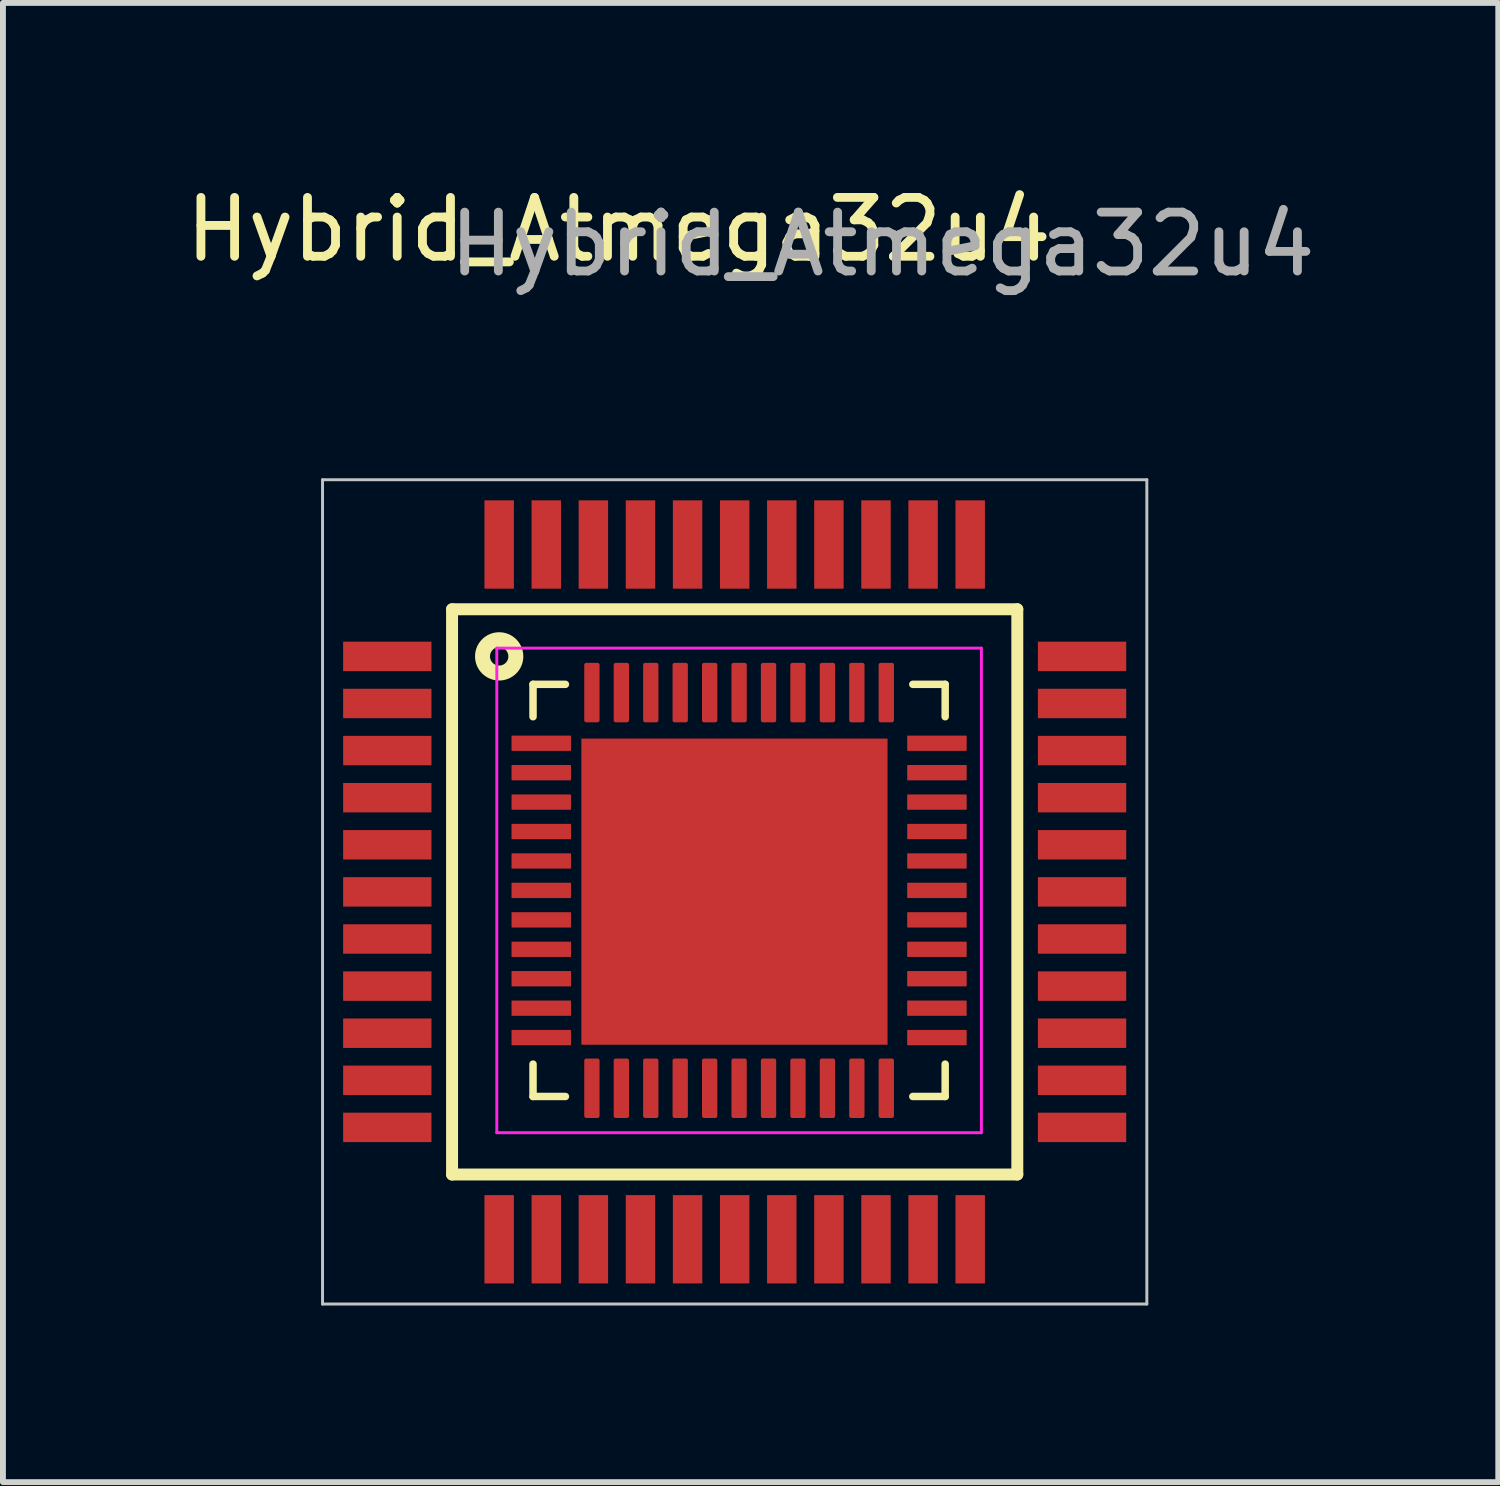
<source format=kicad_pcb>
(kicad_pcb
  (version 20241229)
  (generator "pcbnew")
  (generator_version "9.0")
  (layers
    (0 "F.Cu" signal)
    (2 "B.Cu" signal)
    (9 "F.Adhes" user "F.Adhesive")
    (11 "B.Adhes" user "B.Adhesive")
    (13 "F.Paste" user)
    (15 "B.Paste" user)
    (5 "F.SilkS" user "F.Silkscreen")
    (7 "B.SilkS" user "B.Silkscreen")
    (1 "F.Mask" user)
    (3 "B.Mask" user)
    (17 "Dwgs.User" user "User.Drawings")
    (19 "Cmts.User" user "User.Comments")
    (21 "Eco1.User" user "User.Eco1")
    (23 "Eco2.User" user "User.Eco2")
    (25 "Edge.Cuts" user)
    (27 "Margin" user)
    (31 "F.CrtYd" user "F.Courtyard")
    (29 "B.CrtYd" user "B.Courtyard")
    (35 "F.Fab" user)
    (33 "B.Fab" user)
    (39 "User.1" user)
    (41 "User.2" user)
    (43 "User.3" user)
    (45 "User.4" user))
  (footprint "Hybrid_Atmega32u4"
    (layer "F.Cu")
    (at 9.678 11.078)
    (property "Reference" "Hybrid_Atmega32u4" (at -2.22 -10.23 0) (unlocked yes) (layer "F.SilkS") (effects (font (size 1 1) (thickness 0.15))))
    (attr smd)
    (fp_line (start -5.05 -3.78) (end 4.55 -3.78) (stroke (width 0.203) (type solid)) (layer "F.SilkS"))
    (fp_line (start -5.05 5.82) (end -5.05 -3.78) (stroke (width 0.203) (type solid)) (layer "F.SilkS"))
    (fp_line (start -3.675 -2.505) (end -3.675 -1.955) (stroke (width 0.127) (type solid)) (layer "F.SilkS"))
    (fp_line (start -3.675 -2.505) (end -3.125 -2.505) (stroke (width 0.127) (type solid)) (layer "F.SilkS"))
    (fp_line (start -3.675 4.495) (end -3.675 3.945) (stroke (width 0.127) (type solid)) (layer "F.SilkS"))
    (fp_line (start -3.675 4.495) (end -3.125 4.495) (stroke (width 0.127) (type solid)) (layer "F.SilkS"))
    (fp_line (start 3.325 -2.505) (end 2.775 -2.505) (stroke (width 0.127) (type solid)) (layer "F.SilkS"))
    (fp_line (start 3.325 -2.505) (end 3.325 -1.955) (stroke (width 0.127) (type solid)) (layer "F.SilkS"))
    (fp_line (start 3.325 4.495) (end 2.775 4.495) (stroke (width 0.127) (type solid)) (layer "F.SilkS"))
    (fp_line (start 3.325 4.495) (end 3.325 3.945) (stroke (width 0.127) (type solid)) (layer "F.SilkS"))
    (fp_line (start 4.55 -3.78) (end 4.55 5.82) (stroke (width 0.203) (type solid)) (layer "F.SilkS"))
    (fp_line (start 4.55 5.82) (end -5.05 5.82) (stroke (width 0.203) (type solid)) (layer "F.SilkS"))
    (fp_circle (center -4.25 -2.98) (end -3.967 -2.98) (stroke (width 0.254) (type solid)) (fill no) (layer "F.SilkS"))
    (fp_poly (pts (xy -2.295 -1.125) (xy -0.655 -1.125) (xy -0.655 0.515) (xy -2.295 0.515)) (stroke (width 0.01) (type solid)) (fill yes) (layer "F.Paste"))
    (fp_poly (pts (xy -2.295 1.475) (xy -0.655 1.475) (xy -0.655 3.115) (xy -2.295 3.115)) (stroke (width 0.01) (type solid)) (fill yes) (layer "F.Paste"))
    (fp_poly (pts (xy 0.305 -1.125) (xy 1.945 -1.125) (xy 1.945 0.515) (xy 0.305 0.515)) (stroke (width 0.01) (type solid)) (fill yes) (layer "F.Paste"))
    (fp_poly (pts (xy 0.305 1.475) (xy 1.945 1.475) (xy 1.945 3.115) (xy 0.305 3.115)) (stroke (width 0.01) (type solid)) (fill yes) (layer "F.Paste"))
    (fp_line (start -7.25 -5.98) (end 6.75 -5.98) (stroke (width 0.05) (type solid)) (layer "Dwgs.User"))
    (fp_line (start -7.25 8.02) (end -7.25 -5.98) (stroke (width 0.05) (type solid)) (layer "Dwgs.User"))
    (fp_line (start 6.75 -5.98) (end 6.75 8.02) (stroke (width 0.05) (type solid)) (layer "Dwgs.User"))
    (fp_line (start 6.75 8.02) (end -7.25 8.02) (stroke (width 0.05) (type solid)) (layer "Dwgs.User"))
    (fp_line (start -4.29 -3.12) (end 3.94 -3.12) (stroke (width 0.05) (type solid)) (layer "F.CrtYd"))
    (fp_line (start -4.29 5.11) (end -4.29 -3.12) (stroke (width 0.05) (type solid)) (layer "F.CrtYd"))
    (fp_line (start -4.29 5.11) (end 3.94 5.11) (stroke (width 0.05) (type solid)) (layer "F.CrtYd"))
    (fp_line (start 3.94 5.11) (end 3.94 -3.12) (stroke (width 0.05) (type solid)) (layer "F.CrtYd"))
    (fp_text user "${REFERENCE}" (at 2.26 -9.98 0) (unlocked yes) (layer "F.Fab") (effects (font (size 1 1) (thickness 0.15))))
    (pad "1" smd rect (at -6.15 -2.98) (size 1.5 0.5) (layers "F.Cu" "F.Mask" "F.Paste"))
    (pad "1" smd roundrect (at -3.535 -1.505) (size 1.01 0.26) (layers "F.Cu" "F.Mask" "F.Paste") (roundrect_rratio 0.03))
    (pad "2" smd rect (at -6.15 -2.18) (size 1.5 0.5) (layers "F.Cu" "F.Mask" "F.Paste"))
    (pad "2" smd roundrect (at -3.535 -1.005) (size 1.01 0.26) (layers "F.Cu" "F.Mask" "F.Paste") (roundrect_rratio 0.03))
    (pad "3" smd rect (at -6.15 -1.38) (size 1.5 0.5) (layers "F.Cu" "F.Mask" "F.Paste"))
    (pad "3" smd roundrect (at -3.535 -0.505) (size 1.01 0.26) (layers "F.Cu" "F.Mask" "F.Paste") (roundrect_rratio 0.03))
    (pad "4" smd rect (at -6.15 -0.58) (size 1.5 0.5) (layers "F.Cu" "F.Mask" "F.Paste"))
    (pad "4" smd roundrect (at -3.535 -0.005) (size 1.01 0.26) (layers "F.Cu" "F.Mask" "F.Paste") (roundrect_rratio 0.03))
    (pad "5" smd rect (at -6.15 0.22) (size 1.5 0.5) (layers "F.Cu" "F.Mask" "F.Paste"))
    (pad "5" smd roundrect (at -3.535 0.495) (size 1.01 0.26) (layers "F.Cu" "F.Mask" "F.Paste") (roundrect_rratio 0.03))
    (pad "6" smd rect (at -6.15 1.02) (size 1.5 0.5) (layers "F.Cu" "F.Mask" "F.Paste"))
    (pad "6" smd roundrect (at -3.535 0.995) (size 1.01 0.26) (layers "F.Cu" "F.Mask" "F.Paste") (roundrect_rratio 0.03))
    (pad "7" smd rect (at -6.15 1.82) (size 1.5 0.5) (layers "F.Cu" "F.Mask" "F.Paste"))
    (pad "7" smd roundrect (at -3.535 1.495) (size 1.01 0.26) (layers "F.Cu" "F.Mask" "F.Paste") (roundrect_rratio 0.03))
    (pad "8" smd rect (at -6.15 2.62) (size 1.5 0.5) (layers "F.Cu" "F.Mask" "F.Paste"))
    (pad "8" smd roundrect (at -3.535 1.995) (size 1.01 0.26) (layers "F.Cu" "F.Mask" "F.Paste") (roundrect_rratio 0.03))
    (pad "9" smd rect (at -6.15 3.42) (size 1.5 0.5) (layers "F.Cu" "F.Mask" "F.Paste"))
    (pad "9" smd roundrect (at -3.535 2.495) (size 1.01 0.26) (layers "F.Cu" "F.Mask" "F.Paste") (roundrect_rratio 0.03))
    (pad "10" smd rect (at -6.15 4.22) (size 1.5 0.5) (layers "F.Cu" "F.Mask" "F.Paste"))
    (pad "10" smd roundrect (at -3.535 2.995) (size 1.01 0.26) (layers "F.Cu" "F.Mask" "F.Paste") (roundrect_rratio 0.03))
    (pad "11" smd rect (at -6.15 5.02) (size 1.5 0.5) (layers "F.Cu" "F.Mask" "F.Paste"))
    (pad "11" smd roundrect (at -3.535 3.495) (size 1.01 0.26) (layers "F.Cu" "F.Mask" "F.Paste") (roundrect_rratio 0.03))
    (pad "12" smd rect (at -4.25 6.92) (size 0.5 1.5) (layers "F.Cu" "F.Mask" "F.Paste"))
    (pad "12" smd roundrect (at -2.675 4.355) (size 0.26 1.01) (layers "F.Cu" "F.Mask" "F.Paste") (roundrect_rratio 0.13))
    (pad "13" smd rect (at -3.45 6.92) (size 0.5 1.5) (layers "F.Cu" "F.Mask" "F.Paste"))
    (pad "13" smd roundrect (at -2.175 4.355) (size 0.26 1.01) (layers "F.Cu" "F.Mask" "F.Paste") (roundrect_rratio 0.13))
    (pad "14" smd rect (at -2.65 6.92) (size 0.5 1.5) (layers "F.Cu" "F.Mask" "F.Paste"))
    (pad "14" smd roundrect (at -1.675 4.355) (size 0.26 1.01) (layers "F.Cu" "F.Mask" "F.Paste") (roundrect_rratio 0.13))
    (pad "15" smd rect (at -1.85 6.92) (size 0.5 1.5) (layers "F.Cu" "F.Mask" "F.Paste"))
    (pad "15" smd roundrect (at -1.175 4.355) (size 0.26 1.01) (layers "F.Cu" "F.Mask" "F.Paste") (roundrect_rratio 0.13))
    (pad "16" smd rect (at -1.05 6.92) (size 0.5 1.5) (layers "F.Cu" "F.Mask" "F.Paste"))
    (pad "16" smd roundrect (at -0.675 4.355) (size 0.26 1.01) (layers "F.Cu" "F.Mask" "F.Paste") (roundrect_rratio 0.13))
    (pad "17" smd rect (at -0.25 6.92) (size 0.5 1.5) (layers "F.Cu" "F.Mask" "F.Paste"))
    (pad "17" smd roundrect (at -0.175 4.355) (size 0.26 1.01) (layers "F.Cu" "F.Mask" "F.Paste") (roundrect_rratio 0.13))
    (pad "18" smd roundrect (at 0.325 4.355) (size 0.26 1.01) (layers "F.Cu" "F.Mask" "F.Paste") (roundrect_rratio 0.13))
    (pad "18" smd rect (at 0.55 6.92) (size 0.5 1.5) (layers "F.Cu" "F.Mask" "F.Paste"))
    (pad "19" smd roundrect (at 0.825 4.355) (size 0.26 1.01) (layers "F.Cu" "F.Mask" "F.Paste") (roundrect_rratio 0.13))
    (pad "19" smd rect (at 1.35 6.92) (size 0.5 1.5) (layers "F.Cu" "F.Mask" "F.Paste"))
    (pad "20" smd roundrect (at 1.325 4.355) (size 0.26 1.01) (layers "F.Cu" "F.Mask" "F.Paste") (roundrect_rratio 0.13))
    (pad "20" smd rect (at 2.15 6.92) (size 0.5 1.5) (layers "F.Cu" "F.Mask" "F.Paste"))
    (pad "21" smd roundrect (at 1.825 4.355) (size 0.26 1.01) (layers "F.Cu" "F.Mask" "F.Paste") (roundrect_rratio 0.13))
    (pad "21" smd rect (at 2.95 6.92) (size 0.5 1.5) (layers "F.Cu" "F.Mask" "F.Paste"))
    (pad "22" smd roundrect (at 2.325 4.355) (size 0.26 1.01) (layers "F.Cu" "F.Mask" "F.Paste") (roundrect_rratio 0.13))
    (pad "22" smd rect (at 3.75 6.92) (size 0.5 1.5) (layers "F.Cu" "F.Mask" "F.Paste"))
    (pad "23" smd roundrect (at 3.185 3.495) (size 1.01 0.26) (layers "F.Cu" "F.Mask" "F.Paste") (roundrect_rratio 0.03))
    (pad "23" smd rect (at 5.65 5.02) (size 1.5 0.5) (layers "F.Cu" "F.Mask" "F.Paste"))
    (pad "24" smd roundrect (at 3.185 2.995) (size 1.01 0.26) (layers "F.Cu" "F.Mask" "F.Paste") (roundrect_rratio 0.03))
    (pad "24" smd rect (at 5.65 4.22) (size 1.5 0.5) (layers "F.Cu" "F.Mask" "F.Paste"))
    (pad "25" smd roundrect (at 3.185 2.495) (size 1.01 0.26) (layers "F.Cu" "F.Mask" "F.Paste") (roundrect_rratio 0.03))
    (pad "25" smd rect (at 5.65 3.42) (size 1.5 0.5) (layers "F.Cu" "F.Mask" "F.Paste"))
    (pad "26" smd roundrect (at 3.185 1.995) (size 1.01 0.26) (layers "F.Cu" "F.Mask" "F.Paste") (roundrect_rratio 0.03))
    (pad "26" smd rect (at 5.65 2.62) (size 1.5 0.5) (layers "F.Cu" "F.Mask" "F.Paste"))
    (pad "27" smd roundrect (at 3.185 1.495) (size 1.01 0.26) (layers "F.Cu" "F.Mask" "F.Paste") (roundrect_rratio 0.03))
    (pad "27" smd rect (at 5.65 1.82) (size 1.5 0.5) (layers "F.Cu" "F.Mask" "F.Paste"))
    (pad "28" smd roundrect (at 3.185 0.995) (size 1.01 0.26) (layers "F.Cu" "F.Mask" "F.Paste") (roundrect_rratio 0.03))
    (pad "28" smd rect (at 5.65 1.02) (size 1.5 0.5) (layers "F.Cu" "F.Mask" "F.Paste"))
    (pad "29" smd roundrect (at 3.185 0.495) (size 1.01 0.26) (layers "F.Cu" "F.Mask" "F.Paste") (roundrect_rratio 0.03))
    (pad "29" smd rect (at 5.65 0.22) (size 1.5 0.5) (layers "F.Cu" "F.Mask" "F.Paste"))
    (pad "30" smd roundrect (at 3.185 -0.005) (size 1.01 0.26) (layers "F.Cu" "F.Mask" "F.Paste") (roundrect_rratio 0.03))
    (pad "30" smd rect (at 5.65 -0.58) (size 1.5 0.5) (layers "F.Cu" "F.Mask" "F.Paste"))
    (pad "31" smd roundrect (at 3.185 -0.505) (size 1.01 0.26) (layers "F.Cu" "F.Mask" "F.Paste") (roundrect_rratio 0.03))
    (pad "31" smd rect (at 5.65 -1.38) (size 1.5 0.5) (layers "F.Cu" "F.Mask" "F.Paste"))
    (pad "32" smd roundrect (at 3.185 -1.005) (size 1.01 0.26) (layers "F.Cu" "F.Mask" "F.Paste") (roundrect_rratio 0.03))
    (pad "32" smd rect (at 5.65 -2.18) (size 1.5 0.5) (layers "F.Cu" "F.Mask" "F.Paste"))
    (pad "33" smd roundrect (at 3.185 -1.505) (size 1.01 0.26) (layers "F.Cu" "F.Mask" "F.Paste") (roundrect_rratio 0.03))
    (pad "33" smd rect (at 5.65 -2.98) (size 1.5 0.5) (layers "F.Cu" "F.Mask" "F.Paste"))
    (pad "34" smd roundrect (at 2.325 -2.365) (size 0.26 1.01) (layers "F.Cu" "F.Mask" "F.Paste") (roundrect_rratio 0.13))
    (pad "34" smd rect (at 3.75 -4.88) (size 0.5 1.5) (layers "F.Cu" "F.Mask" "F.Paste"))
    (pad "35" smd roundrect (at 1.825 -2.365) (size 0.26 1.01) (layers "F.Cu" "F.Mask" "F.Paste") (roundrect_rratio 0.13))
    (pad "35" smd rect (at 2.95 -4.88) (size 0.5 1.5) (layers "F.Cu" "F.Mask" "F.Paste"))
    (pad "36" smd roundrect (at 1.325 -2.365) (size 0.26 1.01) (layers "F.Cu" "F.Mask" "F.Paste") (roundrect_rratio 0.13))
    (pad "36" smd rect (at 2.15 -4.88) (size 0.5 1.5) (layers "F.Cu" "F.Mask" "F.Paste"))
    (pad "37" smd roundrect (at 0.825 -2.365) (size 0.26 1.01) (layers "F.Cu" "F.Mask" "F.Paste") (roundrect_rratio 0.13))
    (pad "37" smd rect (at 1.35 -4.88) (size 0.5 1.5) (layers "F.Cu" "F.Mask" "F.Paste"))
    (pad "38" smd roundrect (at 0.325 -2.365) (size 0.26 1.01) (layers "F.Cu" "F.Mask" "F.Paste") (roundrect_rratio 0.13))
    (pad "38" smd rect (at 0.55 -4.88) (size 0.5 1.5) (layers "F.Cu" "F.Mask" "F.Paste"))
    (pad "39" smd rect (at -0.25 -4.88) (size 0.5 1.5) (layers "F.Cu" "F.Mask" "F.Paste"))
    (pad "39" smd roundrect (at -0.175 -2.365) (size 0.26 1.01) (layers "F.Cu" "F.Mask" "F.Paste") (roundrect_rratio 0.13))
    (pad "40" smd rect (at -1.05 -4.88) (size 0.5 1.5) (layers "F.Cu" "F.Mask" "F.Paste"))
    (pad "40" smd roundrect (at -0.675 -2.365) (size 0.26 1.01) (layers "F.Cu" "F.Mask" "F.Paste") (roundrect_rratio 0.13))
    (pad "41" smd rect (at -1.85 -4.88) (size 0.5 1.5) (layers "F.Cu" "F.Mask" "F.Paste"))
    (pad "41" smd roundrect (at -1.175 -2.365) (size 0.26 1.01) (layers "F.Cu" "F.Mask" "F.Paste") (roundrect_rratio 0.13))
    (pad "42" smd rect (at -2.65 -4.88) (size 0.5 1.5) (layers "F.Cu" "F.Mask" "F.Paste"))
    (pad "42" smd roundrect (at -1.675 -2.365) (size 0.26 1.01) (layers "F.Cu" "F.Mask" "F.Paste") (roundrect_rratio 0.13))
    (pad "43" smd rect (at -3.45 -4.88) (size 0.5 1.5) (layers "F.Cu" "F.Mask" "F.Paste"))
    (pad "43" smd roundrect (at -2.175 -2.365) (size 0.26 1.01) (layers "F.Cu" "F.Mask" "F.Paste") (roundrect_rratio 0.13))
    (pad "44" smd rect (at -4.25 -4.88) (size 0.5 1.5) (layers "F.Cu" "F.Mask" "F.Paste"))
    (pad "44" smd roundrect (at -2.675 -2.365) (size 0.26 1.01) (layers "F.Cu" "F.Mask" "F.Paste") (roundrect_rratio 0.13))
    (pad "45" smd rect (at -0.254 1.016) (size 5.2 5.2) (layers "F.Cu" "F.Mask")))
  (gr_rect
    (start -3 -3)
    (end 22.397 22.123)
    (stroke (width 0.1) (type default))
    (fill no)
    (layer "Edge.Cuts")))
</source>
